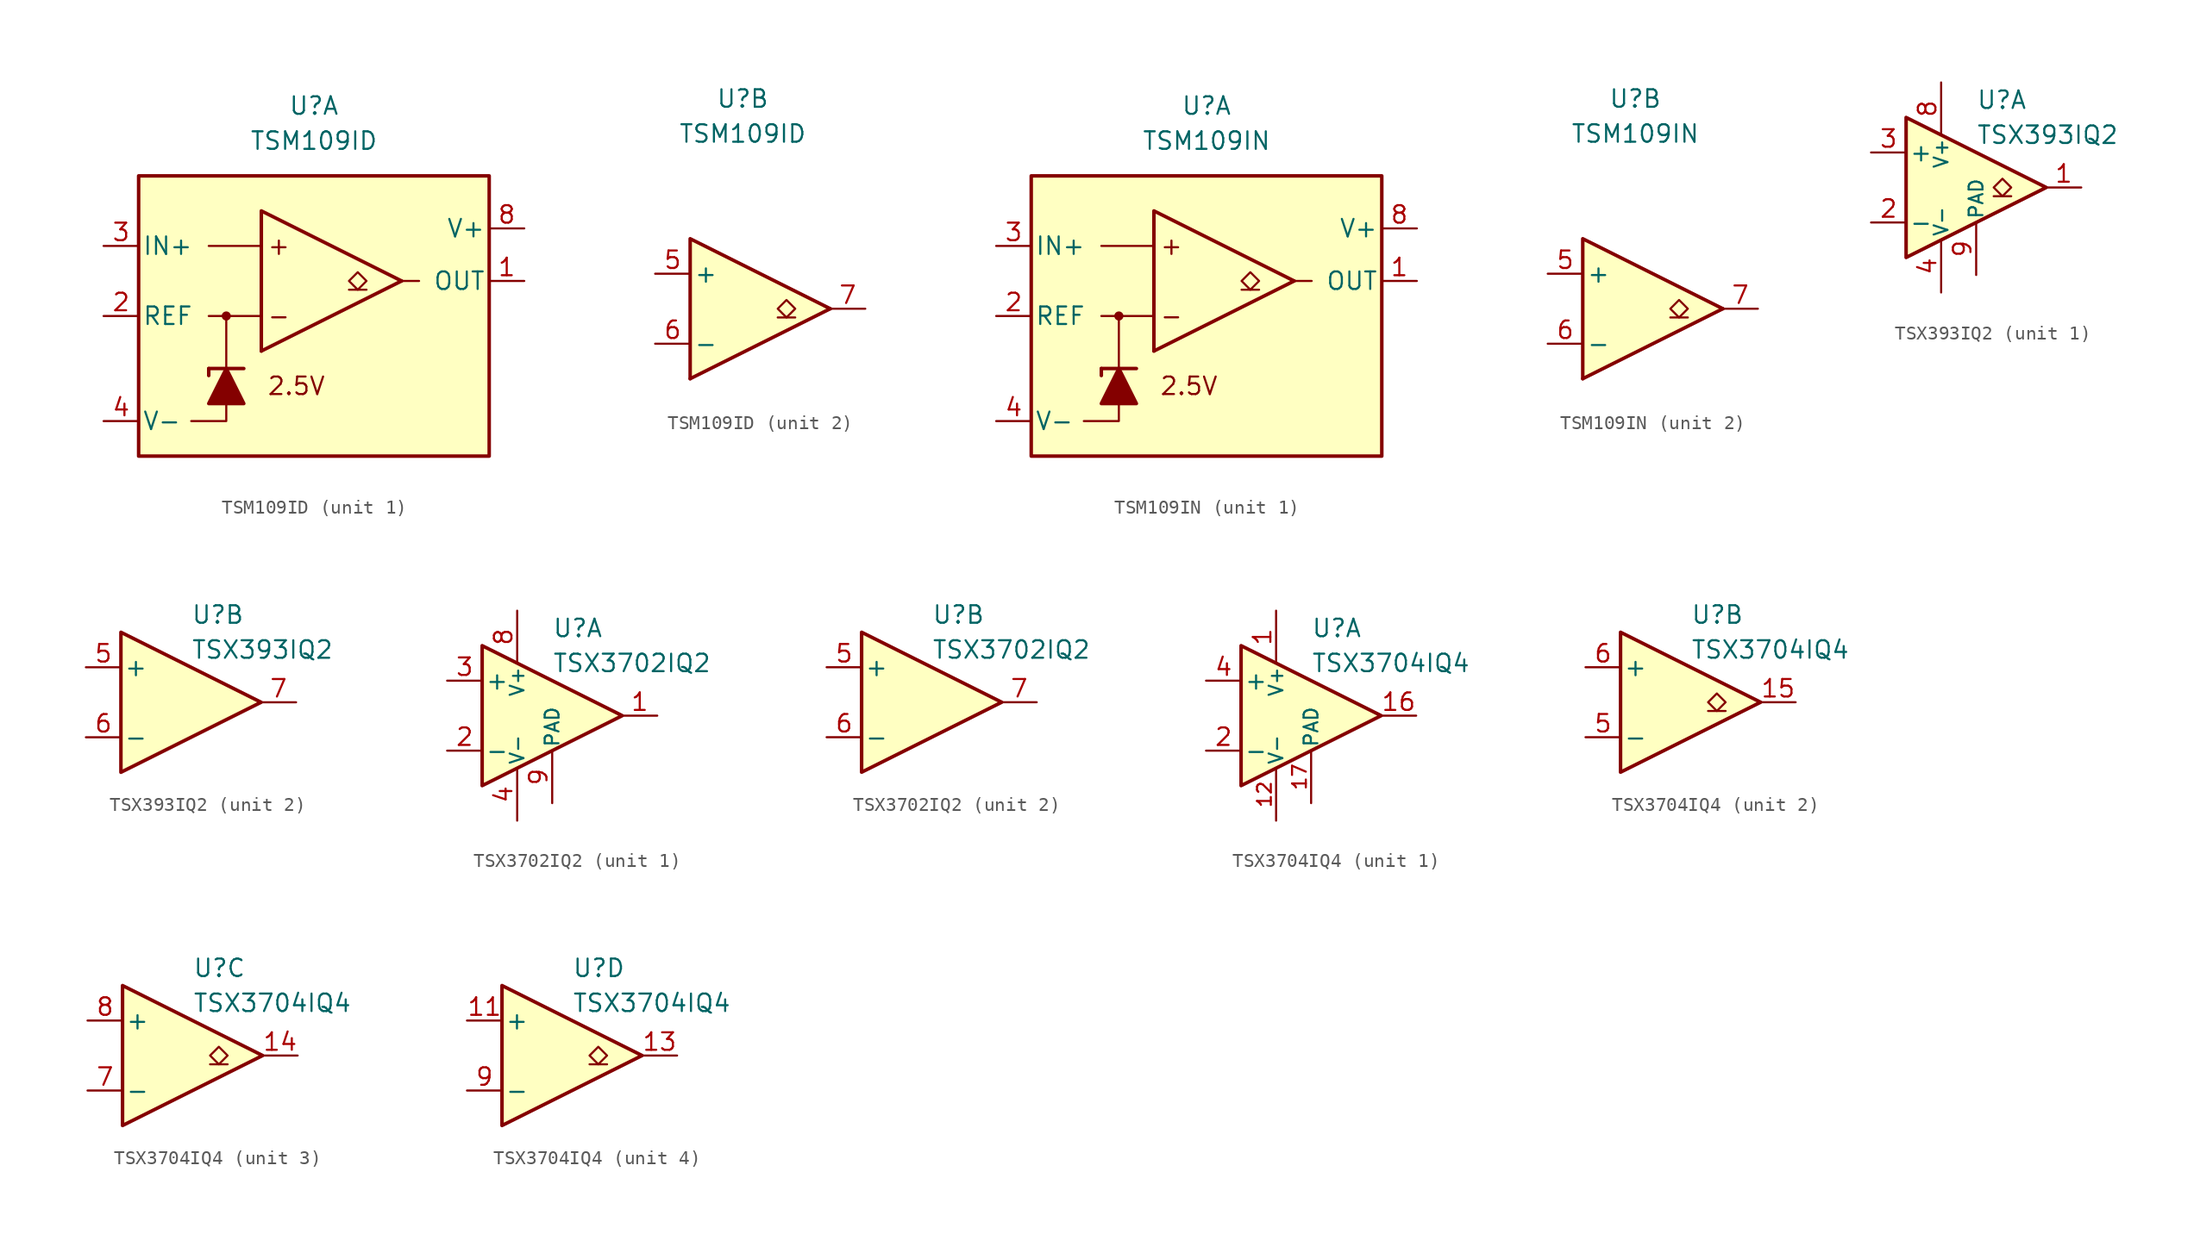
<source format=kicad_sym>
(kicad_symbol_lib
  (version 20231120)
  (generator "kicad_symbol_editor")
  (generator_version "8.0")
  (symbol "TSM109ID"
    (pin_names
      (offset 0.254))
    (property "Reference" "U"
      (at 0 15.24 0)
      (effects (font (size 1.27 1.27))))
    (property "Value" "TSM109ID"
      (at 0 12.7 0)
      (effects (font (size 1.27 1.27))))
    (property "ki_locked" ""
      (at 0 0 0)
      (effects (font (size 1.27 1.27))))
    (symbol "TSM109ID_1_0"
      (circle (center -6.35 0) (radius 0.254) (stroke (width 0.152) (type default)) (fill (type outline)))
      (polyline (pts (xy 6.35 2.54) (xy -3.81 -2.54)) (stroke (width 0.254) (type default)) (fill (type none)))
      (polyline (pts (xy 6.35 2.54) (xy -3.81 7.62) (xy -3.81 -2.54)) (stroke (width 0.254) (type default)) (fill (type background))))
    (symbol "TSM109ID_1_1"
      (rectangle (start -12.7 10.16) (end 12.7 -10.16) (stroke (width 0.254) (type default)) (fill (type background)))
      (polyline (pts (xy -7.62 -3.81) (xy -7.62 -4.318)) (stroke (width 0.254) (type default)) (fill (type none)))
      (polyline (pts (xy -7.62 -3.81) (xy -5.08 -3.81)) (stroke (width 0.254) (type default)) (fill (type none)))
      (polyline (pts (xy -6.35 -3.81) (xy -6.35 0)) (stroke (width 0.152) (type default)) (fill (type none)))
      (polyline (pts (xy -3.81 0) (xy -7.62 0)) (stroke (width 0) (type default)) (fill (type none)))
      (polyline (pts (xy -3.81 5.08) (xy -7.62 5.08)) (stroke (width 0) (type default)) (fill (type none)))
      (polyline (pts (xy 3.81 1.905) (xy 2.54 1.905)) (stroke (width 0.152) (type default)) (fill (type none)))
      (polyline (pts (xy 6.35 2.54) (xy 7.62 2.54)) (stroke (width 0) (type default)) (fill (type none)))
      (polyline (pts (xy -6.35 -6.35) (xy -6.35 -7.62) (xy -8.89 -7.62)) (stroke (width 0) (type default)) (fill (type none)))
      (polyline (pts (xy -5.08 -6.35) (xy -7.62 -6.35) (xy -6.35 -3.81) (xy -5.08 -6.35)) (stroke (width 0.254) (type default)) (fill (type outline)))
      (polyline (pts (xy 3.175 1.905) (xy 2.54 2.54) (xy 3.175 3.175) (xy 3.81 2.54) (xy 3.175 1.905)) (stroke (width 0.152) (type default)) (fill (type none)))
      (text "+" (at -2.54 5.08 0) (effects (font (size 1.27 1.27))))
      (text "-" (at -2.54 0 0) (effects (font (size 1.27 1.27))))
      (text "2.5V" (at -1.27 -5.08 0) (effects (font (size 1.27 1.27))))
      (pin output line (at 15.24 2.54 180) (length 2.54) (name "OUT" (effects (font (size 1.27 1.27)))) (number "1" (effects (font (size 1.27 1.27)))))
      (pin output line (at -15.24 0 0) (length 2.54) (name "REF" (effects (font (size 1.27 1.27)))) (number "2" (effects (font (size 1.27 1.27)))))
      (pin input line (at -15.24 5.08 0) (length 2.54) (name "IN+" (effects (font (size 1.27 1.27)))) (number "3" (effects (font (size 1.27 1.27)))))
      (pin power_in line (at -15.24 -7.62 0) (length 2.54) (name "V-" (effects (font (size 1.27 1.27)))) (number "4" (effects (font (size 1.27 1.27)))))
      (pin power_in line (at 15.24 6.35 180) (length 2.54) (name "V+" (effects (font (size 1.27 1.27)))) (number "8" (effects (font (size 1.27 1.27))))))
    (symbol "TSM109ID_2_0"
      (polyline (pts (xy 6.35 0) (xy -3.81 -5.08)) (stroke (width 0.254) (type default)) (fill (type none)))
      (polyline (pts (xy 6.35 0) (xy -3.81 5.08) (xy -3.81 -5.08)) (stroke (width 0.254) (type default)) (fill (type background))))
    (symbol "TSM109ID_2_1"
      (polyline (pts (xy 3.81 -0.635) (xy 2.54 -0.635)) (stroke (width 0.152) (type default)) (fill (type none)))
      (polyline (pts (xy 3.175 -0.635) (xy 2.54 0) (xy 3.175 0.635) (xy 3.81 0) (xy 3.175 -0.635)) (stroke (width 0.152) (type default)) (fill (type none)))
      (pin input line (at -6.35 2.54 0) (length 2.54) (name "+" (effects (font (size 1.27 1.27)))) (number "5" (effects (font (size 1.27 1.27)))))
      (pin input line (at -6.35 -2.54 0) (length 2.54) (name "-" (effects (font (size 1.27 1.27)))) (number "6" (effects (font (size 1.27 1.27)))))
      (pin output line (at 8.89 0 180) (length 2.54) (name "~" (effects (font (size 1.27 1.27)))) (number "7" (effects (font (size 1.27 1.27)))))))
  (symbol "TSM109IN"
    (pin_names
      (offset 0.254))
    (property "Reference" "U"
      (at 0 15.24 0)
      (effects (font (size 1.27 1.27))))
    (property "Value" "TSM109IN"
      (at 0 12.7 0)
      (effects (font (size 1.27 1.27))))
    (property "ki_locked" ""
      (at 0 0 0)
      (effects (font (size 1.27 1.27))))
    (symbol "TSM109IN_1_0"
      (circle (center -6.35 0) (radius 0.254) (stroke (width 0.152) (type default)) (fill (type outline)))
      (polyline (pts (xy 6.35 2.54) (xy -3.81 -2.54)) (stroke (width 0.254) (type default)) (fill (type none)))
      (polyline (pts (xy 6.35 2.54) (xy -3.81 7.62) (xy -3.81 -2.54)) (stroke (width 0.254) (type default)) (fill (type background))))
    (symbol "TSM109IN_1_1"
      (rectangle (start -12.7 10.16) (end 12.7 -10.16) (stroke (width 0.254) (type default)) (fill (type background)))
      (polyline (pts (xy -7.62 -3.81) (xy -7.62 -4.318)) (stroke (width 0.254) (type default)) (fill (type none)))
      (polyline (pts (xy -7.62 -3.81) (xy -5.08 -3.81)) (stroke (width 0.254) (type default)) (fill (type none)))
      (polyline (pts (xy -6.35 -3.81) (xy -6.35 0)) (stroke (width 0.152) (type default)) (fill (type none)))
      (polyline (pts (xy -3.81 0) (xy -7.62 0)) (stroke (width 0) (type default)) (fill (type none)))
      (polyline (pts (xy -3.81 5.08) (xy -7.62 5.08)) (stroke (width 0) (type default)) (fill (type none)))
      (polyline (pts (xy 3.81 1.905) (xy 2.54 1.905)) (stroke (width 0.152) (type default)) (fill (type none)))
      (polyline (pts (xy 6.35 2.54) (xy 7.62 2.54)) (stroke (width 0) (type default)) (fill (type none)))
      (polyline (pts (xy -6.35 -6.35) (xy -6.35 -7.62) (xy -8.89 -7.62)) (stroke (width 0) (type default)) (fill (type none)))
      (polyline (pts (xy -5.08 -6.35) (xy -7.62 -6.35) (xy -6.35 -3.81) (xy -5.08 -6.35)) (stroke (width 0.254) (type default)) (fill (type outline)))
      (polyline (pts (xy 3.175 1.905) (xy 2.54 2.54) (xy 3.175 3.175) (xy 3.81 2.54) (xy 3.175 1.905)) (stroke (width 0.152) (type default)) (fill (type none)))
      (text "+" (at -2.54 5.08 0) (effects (font (size 1.27 1.27))))
      (text "-" (at -2.54 0 0) (effects (font (size 1.27 1.27))))
      (text "2.5V" (at -1.27 -5.08 0) (effects (font (size 1.27 1.27))))
      (pin output line (at 15.24 2.54 180) (length 2.54) (name "OUT" (effects (font (size 1.27 1.27)))) (number "1" (effects (font (size 1.27 1.27)))))
      (pin output line (at -15.24 0 0) (length 2.54) (name "REF" (effects (font (size 1.27 1.27)))) (number "2" (effects (font (size 1.27 1.27)))))
      (pin input line (at -15.24 5.08 0) (length 2.54) (name "IN+" (effects (font (size 1.27 1.27)))) (number "3" (effects (font (size 1.27 1.27)))))
      (pin power_in line (at -15.24 -7.62 0) (length 2.54) (name "V-" (effects (font (size 1.27 1.27)))) (number "4" (effects (font (size 1.27 1.27)))))
      (pin power_in line (at 15.24 6.35 180) (length 2.54) (name "V+" (effects (font (size 1.27 1.27)))) (number "8" (effects (font (size 1.27 1.27))))))
    (symbol "TSM109IN_2_0"
      (polyline (pts (xy 6.35 0) (xy -3.81 -5.08)) (stroke (width 0.254) (type default)) (fill (type none)))
      (polyline (pts (xy 6.35 0) (xy -3.81 5.08) (xy -3.81 -5.08)) (stroke (width 0.254) (type default)) (fill (type background))))
    (symbol "TSM109IN_2_1"
      (polyline (pts (xy 3.81 -0.635) (xy 2.54 -0.635)) (stroke (width 0.152) (type default)) (fill (type none)))
      (polyline (pts (xy 3.175 -0.635) (xy 2.54 0) (xy 3.175 0.635) (xy 3.81 0) (xy 3.175 -0.635)) (stroke (width 0.152) (type default)) (fill (type none)))
      (pin input line (at -6.35 2.54 0) (length 2.54) (name "+" (effects (font (size 1.27 1.27)))) (number "5" (effects (font (size 1.27 1.27)))))
      (pin input line (at -6.35 -2.54 0) (length 2.54) (name "-" (effects (font (size 1.27 1.27)))) (number "6" (effects (font (size 1.27 1.27)))))
      (pin output line (at 8.89 0 180) (length 2.54) (name "~" (effects (font (size 1.27 1.27)))) (number "7" (effects (font (size 1.27 1.27)))))))
  (symbol "TSX393IQ2"
    (pin_names
      (offset 0.2))
    (property "Reference" "U"
      (at 1.27 6.35 0)
      (effects (font (size 1.27 1.27)) (justify left)))
    (property "Value" "TSX393IQ2"
      (at 1.27 3.81 0)
      (effects (font (size 1.27 1.27)) (justify left)))
    (property "ki_locked" ""
      (at 0 0 0)
      (effects (font (size 1.27 1.27))))
    (symbol "TSX393IQ2_0_1"
      (polyline (pts (xy -3.81 5.08) (xy -3.81 -5.08) (xy 6.35 0) (xy -3.81 5.08)) (stroke (width 0.254) (type default)) (fill (type background))))
    (symbol "TSX393IQ2_1_1"
      (polyline (pts (xy 3.81 -0.635) (xy 2.54 -0.635)) (stroke (width 0.152) (type default)) (fill (type none)))
      (polyline (pts (xy 3.175 -0.635) (xy 2.54 0) (xy 3.175 0.635) (xy 3.81 0) (xy 3.175 -0.635)) (stroke (width 0.152) (type default)) (fill (type none)))
      (pin output line (at 8.89 0 180) (length 2.54) (name "~" (effects (font (size 1.27 1.27)))) (number "1" (effects (font (size 1.27 1.27)))))
      (pin input line (at -6.35 -2.54 0) (length 2.54) (name "-" (effects (font (size 1.27 1.27)))) (number "2" (effects (font (size 1.27 1.27)))))
      (pin input line (at -6.35 2.54 0) (length 2.54) (name "+" (effects (font (size 1.27 1.27)))) (number "3" (effects (font (size 1.27 1.27)))))
      (pin power_in line (at -1.27 -7.62 90) (length 3.81) (name "V-" (effects (font (size 1 1)))) (number "4" (effects (font (size 1.27 1.27)))))
      (pin power_in line (at -1.27 7.62 270) (length 3.81) (name "V+" (effects (font (size 1 1)))) (number "8" (effects (font (size 1.27 1.27)))))
      (pin power_in line (at 1.27 -6.35 90) (length 3.81) (name "PAD" (effects (font (size 1 1)))) (number "9" (effects (font (size 1.27 1.27))))))
    (symbol "TSX393IQ2_2_1"
      (pin input line (at -6.35 2.54 0) (length 2.54) (name "+" (effects (font (size 1.27 1.27)))) (number "5" (effects (font (size 1.27 1.27)))))
      (pin input line (at -6.35 -2.54 0) (length 2.54) (name "-" (effects (font (size 1.27 1.27)))) (number "6" (effects (font (size 1.27 1.27)))))
      (pin output line (at 8.89 0 180) (length 2.54) (name "~" (effects (font (size 1.27 1.27)))) (number "7" (effects (font (size 1.27 1.27)))))))
  (symbol "TSX3702IQ2"
    (pin_names
      (offset 0.2))
    (property "Reference" "U"
      (at 1.27 6.35 0)
      (effects (font (size 1.27 1.27)) (justify left)))
    (property "Value" "TSX3702IQ2"
      (at 1.27 3.81 0)
      (effects (font (size 1.27 1.27)) (justify left)))
    (property "ki_locked" ""
      (at 0 0 0)
      (effects (font (size 1.27 1.27))))
    (symbol "TSX3702IQ2_0_1"
      (polyline (pts (xy -3.81 5.08) (xy -3.81 -5.08) (xy 6.35 0) (xy -3.81 5.08)) (stroke (width 0.254) (type default)) (fill (type background))))
    (symbol "TSX3702IQ2_1_1"
      (pin output line (at 8.89 0 180) (length 2.54) (name "~" (effects (font (size 1.27 1.27)))) (number "1" (effects (font (size 1.27 1.27)))))
      (pin input line (at -6.35 -2.54 0) (length 2.54) (name "-" (effects (font (size 1.27 1.27)))) (number "2" (effects (font (size 1.27 1.27)))))
      (pin input line (at -6.35 2.54 0) (length 2.54) (name "+" (effects (font (size 1.27 1.27)))) (number "3" (effects (font (size 1.27 1.27)))))
      (pin power_in line (at -1.27 -7.62 90) (length 3.81) (name "V-" (effects (font (size 1 1)))) (number "4" (effects (font (size 1.27 1.27)))))
      (pin power_in line (at -1.27 7.62 270) (length 3.81) (name "V+" (effects (font (size 1 1)))) (number "8" (effects (font (size 1.27 1.27)))))
      (pin power_in line (at 1.27 -6.35 90) (length 3.81) (name "PAD" (effects (font (size 1 1)))) (number "9" (effects (font (size 1.27 1.27))))))
    (symbol "TSX3702IQ2_2_1"
      (pin input line (at -6.35 2.54 0) (length 2.54) (name "+" (effects (font (size 1.27 1.27)))) (number "5" (effects (font (size 1.27 1.27)))))
      (pin input line (at -6.35 -2.54 0) (length 2.54) (name "-" (effects (font (size 1.27 1.27)))) (number "6" (effects (font (size 1.27 1.27)))))
      (pin output line (at 8.89 0 180) (length 2.54) (name "~" (effects (font (size 1.27 1.27)))) (number "7" (effects (font (size 1.27 1.27)))))))
  (symbol "TSX3704IQ4"
    (pin_names
      (offset 0.2))
    (property "Reference" "U"
      (at 1.27 6.35 0)
      (effects (font (size 1.27 1.27)) (justify left)))
    (property "Value" "TSX3704IQ4"
      (at 1.27 3.81 0)
      (effects (font (size 1.27 1.27)) (justify left)))
    (property "ki_locked" ""
      (at 0 0 0)
      (effects (font (size 1.27 1.27))))
    (symbol "TSX3704IQ4_0_1"
      (polyline (pts (xy -3.81 5.08) (xy -3.81 -5.08) (xy 6.35 0) (xy -3.81 5.08)) (stroke (width 0.254) (type default)) (fill (type background))))
    (symbol "TSX3704IQ4_1_1"
      (pin power_in line (at -1.27 7.62 270) (length 3.81) (name "V+" (effects (font (size 1 1)))) (number "1" (effects (font (size 1.27 1.27)))))
      (pin free line (at -2.54 -1.27 0) (length 2.54) hide (name "NC" (effects (font (size 1.27 1.27)))) (number "10" (effects (font (size 1.27 1.27)))))
      (pin power_in line (at -1.27 -7.62 90) (length 3.81) (name "V-" (effects (font (size 1 1)))) (number "12" (effects (font (size 1 1)))))
      (pin output line (at 8.89 0 180) (length 2.54) (name "~" (effects (font (size 1.27 1.27)))) (number "16" (effects (font (size 1.27 1.27)))))
      (pin power_in line (at 1.27 -6.35 90) (length 3.81) (name "PAD" (effects (font (size 1 1)))) (number "17" (effects (font (size 1 1)))))
      (pin input line (at -6.35 -2.54 0) (length 2.54) (name "-" (effects (font (size 1.27 1.27)))) (number "2" (effects (font (size 1.27 1.27)))))
      (pin free line (at -2.54 1.27 0) (length 2.54) hide (name "NC" (effects (font (size 1.27 1.27)))) (number "3" (effects (font (size 1.27 1.27)))))
      (pin input line (at -6.35 2.54 0) (length 2.54) (name "+" (effects (font (size 1.27 1.27)))) (number "4" (effects (font (size 1.27 1.27))))))
    (symbol "TSX3704IQ4_2_1"
      (polyline (pts (xy 3.81 -0.635) (xy 2.54 -0.635)) (stroke (width 0.152) (type default)) (fill (type none)))
      (polyline (pts (xy 3.175 -0.635) (xy 2.54 0) (xy 3.175 0.635) (xy 3.81 0) (xy 3.175 -0.635)) (stroke (width 0.152) (type default)) (fill (type none)))
      (pin output line (at 8.89 0 180) (length 2.54) (name "~" (effects (font (size 1.27 1.27)))) (number "15" (effects (font (size 1.27 1.27)))))
      (pin input line (at -6.35 -2.54 0) (length 2.54) (name "-" (effects (font (size 1.27 1.27)))) (number "5" (effects (font (size 1.27 1.27)))))
      (pin input line (at -6.35 2.54 0) (length 2.54) (name "+" (effects (font (size 1.27 1.27)))) (number "6" (effects (font (size 1.27 1.27))))))
    (symbol "TSX3704IQ4_3_1"
      (polyline (pts (xy 3.81 -0.635) (xy 2.54 -0.635)) (stroke (width 0.152) (type default)) (fill (type none)))
      (polyline (pts (xy 3.175 -0.635) (xy 2.54 0) (xy 3.175 0.635) (xy 3.81 0) (xy 3.175 -0.635)) (stroke (width 0.152) (type default)) (fill (type none)))
      (pin output line (at 8.89 0 180) (length 2.54) (name "~" (effects (font (size 1.27 1.27)))) (number "14" (effects (font (size 1.27 1.27)))))
      (pin input line (at -6.35 -2.54 0) (length 2.54) (name "-" (effects (font (size 1.27 1.27)))) (number "7" (effects (font (size 1.27 1.27)))))
      (pin input line (at -6.35 2.54 0) (length 2.54) (name "+" (effects (font (size 1.27 1.27)))) (number "8" (effects (font (size 1.27 1.27))))))
    (symbol "TSX3704IQ4_4_1"
      (polyline (pts (xy 3.81 -0.635) (xy 2.54 -0.635)) (stroke (width 0.152) (type default)) (fill (type none)))
      (polyline (pts (xy 3.175 -0.635) (xy 2.54 0) (xy 3.175 0.635) (xy 3.81 0) (xy 3.175 -0.635)) (stroke (width 0.152) (type default)) (fill (type none)))
      (pin input line (at -6.35 2.54 0) (length 2.54) (name "+" (effects (font (size 1.27 1.27)))) (number "11" (effects (font (size 1.27 1.27)))))
      (pin output line (at 8.89 0 180) (length 2.54) (name "~" (effects (font (size 1.27 1.27)))) (number "13" (effects (font (size 1.27 1.27)))))
      (pin input line (at -6.35 -2.54 0) (length 2.54) (name "-" (effects (font (size 1.27 1.27)))) (number "9" (effects (font (size 1.27 1.27))))))))
</source>
